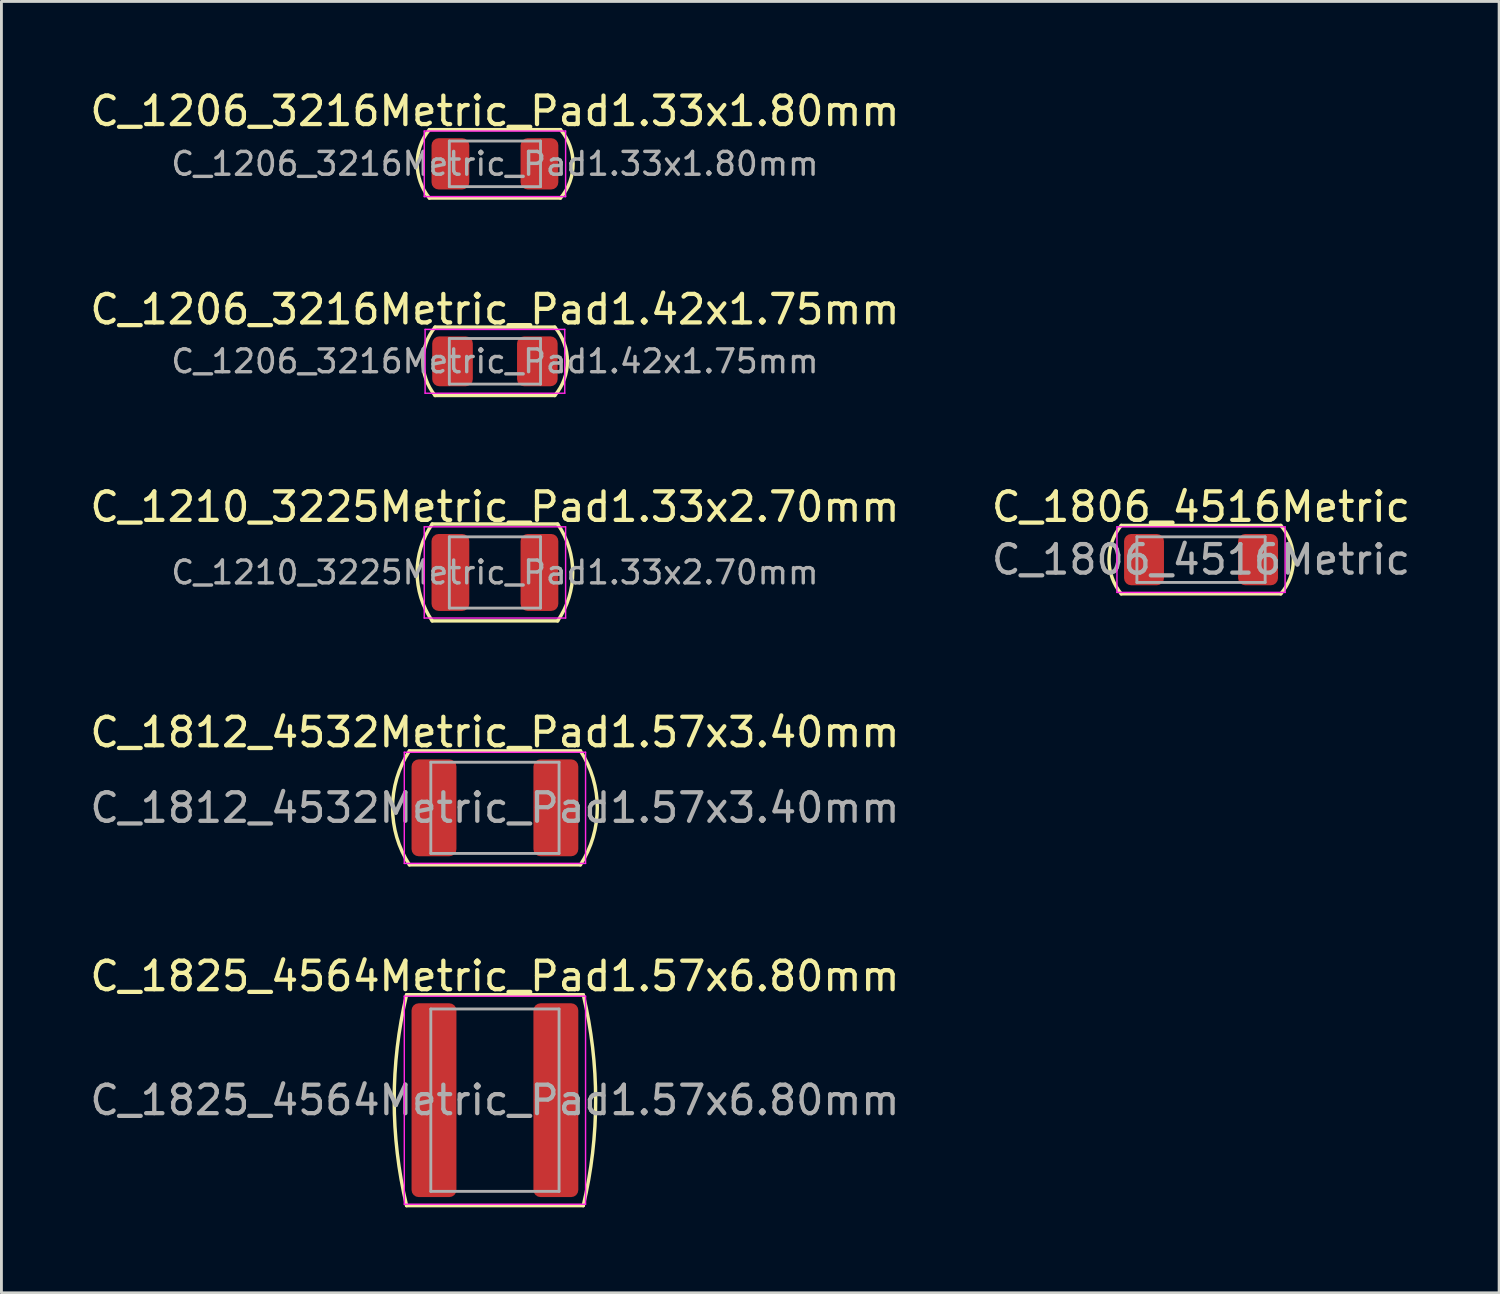
<source format=kicad_pcb>
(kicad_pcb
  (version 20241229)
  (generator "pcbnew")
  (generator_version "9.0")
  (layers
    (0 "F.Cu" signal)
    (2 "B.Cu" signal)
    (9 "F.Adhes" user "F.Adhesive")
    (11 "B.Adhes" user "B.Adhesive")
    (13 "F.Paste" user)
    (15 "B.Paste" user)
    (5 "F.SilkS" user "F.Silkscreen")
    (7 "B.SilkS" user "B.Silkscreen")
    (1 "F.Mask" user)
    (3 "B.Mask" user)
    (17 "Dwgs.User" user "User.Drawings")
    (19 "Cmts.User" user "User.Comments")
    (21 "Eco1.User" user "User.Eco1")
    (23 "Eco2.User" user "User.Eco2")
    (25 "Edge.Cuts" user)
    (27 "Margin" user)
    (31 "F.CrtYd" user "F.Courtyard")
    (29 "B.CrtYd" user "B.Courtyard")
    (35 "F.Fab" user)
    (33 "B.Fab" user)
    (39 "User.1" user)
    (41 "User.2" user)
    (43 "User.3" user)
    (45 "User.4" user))
  (footprint "C_1806_4516Metric"
    (layer "F.Cu")
    (at 39.089 16.585)
    (property "Reference" "C_1806_4516Metric" (at 0 -1.85 0) (layer "F.SilkS") (effects (font (size 1 1) (thickness 0.15))))
    (attr smd)
    (fp_line (start -2.8 1.2) (end 2.8 1.2) (stroke (width 0.12) (type solid)) (layer "F.SilkS"))
    (fp_line (start 2.8 -1.2) (end -2.8 -1.2) (stroke (width 0.12) (type solid)) (layer "F.SilkS"))
    (fp_arc (start -2.8 1.2) (mid -3.228355 0) (end -2.8 -1.2) (stroke (width 0.12) (type solid)) (layer "F.SilkS"))
    (fp_arc (start 2.8 -1.2) (mid 3.241073 0) (end 2.8 1.2) (stroke (width 0.12) (type solid)) (layer "F.SilkS"))
    (fp_line (start -2.95 -1.15) (end 2.95 -1.15) (stroke (width 0.05) (type solid)) (layer "F.CrtYd"))
    (fp_line (start -2.95 1.15) (end -2.95 -1.15) (stroke (width 0.05) (type solid)) (layer "F.CrtYd"))
    (fp_line (start 2.95 -1.15) (end 2.95 1.15) (stroke (width 0.05) (type solid)) (layer "F.CrtYd"))
    (fp_line (start 2.95 1.15) (end -2.95 1.15) (stroke (width 0.05) (type solid)) (layer "F.CrtYd"))
    (fp_line (start -2.25 -0.8) (end 2.25 -0.8) (stroke (width 0.1) (type solid)) (layer "F.Fab"))
    (fp_line (start -2.25 0.8) (end -2.25 -0.8) (stroke (width 0.1) (type solid)) (layer "F.Fab"))
    (fp_line (start 2.25 -0.8) (end 2.25 0.8) (stroke (width 0.1) (type solid)) (layer "F.Fab"))
    (fp_line (start 2.25 0.8) (end -2.25 0.8) (stroke (width 0.1) (type solid)) (layer "F.Fab"))
    (fp_text user "${REFERENCE}" (at 0 0 0) (layer "F.Fab") (effects (font (size 1 1) (thickness 0.15))))
    (pad "1" smd roundrect (at -2 0) (size 1.4 1.8) (layers "F.Cu" "F.Mask" "F.Paste") (roundrect_rratio 0.179))
    (pad "2" smd roundrect (at 2 0) (size 1.4 1.8) (layers "F.Cu" "F.Mask" "F.Paste") (roundrect_rratio 0.179)))
  (footprint "C_1210_3225Metric_Pad1.33x2.70mm"
    (layer "F.Cu")
    (at 14.315 17.035)
    (property "Reference" "C_1210_3225Metric_Pad1.33x2.70mm" (at 0 -2.3 0) (layer "F.SilkS") (effects (font (size 1 1) (thickness 0.15))))
    (attr smd)
    (fp_line (start -2.2 1.7) (end 2.2 1.7) (stroke (width 0.12) (type solid)) (layer "F.SilkS"))
    (fp_line (start 2.2 -1.7) (end -2.2 -1.7) (stroke (width 0.12) (type solid)) (layer "F.SilkS"))
    (fp_arc (start -2.2 1.7) (mid -2.729833 0) (end -2.2 -1.7) (stroke (width 0.12) (type solid)) (layer "F.SilkS"))
    (fp_arc (start 2.2 -1.7) (mid 2.729833 0) (end 2.2 1.7) (stroke (width 0.12) (type solid)) (layer "F.SilkS"))
    (fp_line (start -2.48 -1.6) (end 2.48 -1.6) (stroke (width 0.05) (type solid)) (layer "F.CrtYd"))
    (fp_line (start -2.48 1.6) (end -2.48 -1.6) (stroke (width 0.05) (type solid)) (layer "F.CrtYd"))
    (fp_line (start 2.48 -1.6) (end 2.48 1.6) (stroke (width 0.05) (type solid)) (layer "F.CrtYd"))
    (fp_line (start 2.48 1.6) (end -2.48 1.6) (stroke (width 0.05) (type solid)) (layer "F.CrtYd"))
    (fp_line (start -1.6 -1.25) (end 1.6 -1.25) (stroke (width 0.1) (type solid)) (layer "F.Fab"))
    (fp_line (start -1.6 1.25) (end -1.6 -1.25) (stroke (width 0.1) (type solid)) (layer "F.Fab"))
    (fp_line (start 1.6 -1.25) (end 1.6 1.25) (stroke (width 0.1) (type solid)) (layer "F.Fab"))
    (fp_line (start 1.6 1.25) (end -1.6 1.25) (stroke (width 0.1) (type solid)) (layer "F.Fab"))
    (fp_text user "${REFERENCE}" (at 0 0 0) (layer "F.Fab") (effects (font (size 0.8 0.8) (thickness 0.12))))
    (pad "1" smd roundrect (at -1.562 0) (size 1.325 2.7) (layers "F.Cu" "F.Mask" "F.Paste") (roundrect_rratio 0.189))
    (pad "2" smd roundrect (at 1.562 0) (size 1.325 2.7) (layers "F.Cu" "F.Mask" "F.Paste") (roundrect_rratio 0.189)))
  (footprint "C_1206_3216Metric_Pad1.42x1.75mm"
    (layer "F.Cu")
    (at 14.315 9.627)
    (property "Reference" "C_1206_3216Metric_Pad1.42x1.75mm" (at 0 -1.82 0) (layer "F.SilkS") (effects (font (size 1 1) (thickness 0.15))))
    (attr smd)
    (fp_line (start -2.1 1.2) (end 2.1 1.2) (stroke (width 0.12) (type solid)) (layer "F.SilkS"))
    (fp_line (start 2.1 -1.2) (end -2.1 -1.2) (stroke (width 0.12) (type solid)) (layer "F.SilkS"))
    (fp_arc (start -2.1 1.2) (mid -2.526625 0) (end -2.1 -1.2) (stroke (width 0.12) (type solid)) (layer "F.SilkS"))
    (fp_arc (start 2.1 -1.2) (mid 2.541962 0) (end 2.1 1.2) (stroke (width 0.12) (type solid)) (layer "F.SilkS"))
    (fp_line (start -2.45 -1.12) (end 2.45 -1.12) (stroke (width 0.05) (type solid)) (layer "F.CrtYd"))
    (fp_line (start -2.45 1.12) (end -2.45 -1.12) (stroke (width 0.05) (type solid)) (layer "F.CrtYd"))
    (fp_line (start 2.45 -1.12) (end 2.45 1.12) (stroke (width 0.05) (type solid)) (layer "F.CrtYd"))
    (fp_line (start 2.45 1.12) (end -2.45 1.12) (stroke (width 0.05) (type solid)) (layer "F.CrtYd"))
    (fp_line (start -1.6 -0.8) (end 1.6 -0.8) (stroke (width 0.1) (type solid)) (layer "F.Fab"))
    (fp_line (start -1.6 0.8) (end -1.6 -0.8) (stroke (width 0.1) (type solid)) (layer "F.Fab"))
    (fp_line (start 1.6 -0.8) (end 1.6 0.8) (stroke (width 0.1) (type solid)) (layer "F.Fab"))
    (fp_line (start 1.6 0.8) (end -1.6 0.8) (stroke (width 0.1) (type solid)) (layer "F.Fab"))
    (fp_text user "${REFERENCE}" (at 0 0 0) (layer "F.Fab") (effects (font (size 0.8 0.8) (thickness 0.12))))
    (pad "1" smd roundrect (at -1.488 0) (size 1.425 1.75) (layers "F.Cu" "F.Mask" "F.Paste") (roundrect_rratio 0.175))
    (pad "2" smd roundrect (at 1.488 0) (size 1.425 1.75) (layers "F.Cu" "F.Mask" "F.Paste") (roundrect_rratio 0.175)))
  (footprint "C_1206_3216Metric_Pad1.33x1.80mm"
    (layer "F.Cu")
    (at 14.315 2.698)
    (property "Reference" "C_1206_3216Metric_Pad1.33x1.80mm" (at 0 -1.85 0) (layer "F.SilkS") (effects (font (size 1 1) (thickness 0.15))))
    (attr smd)
    (fp_line (start -2.3 1.2) (end 2.3 1.2) (stroke (width 0.12) (type solid)) (layer "F.SilkS"))
    (fp_line (start 2.3 -1.2) (end -2.3 -1.2) (stroke (width 0.12) (type solid)) (layer "F.SilkS"))
    (fp_arc (start -2.3 1.2) (mid -2.726625 0) (end -2.3 -1.2) (stroke (width 0.12) (type solid)) (layer "F.SilkS"))
    (fp_arc (start 2.3 -1.2) (mid 2.741962 0) (end 2.3 1.2) (stroke (width 0.12) (type solid)) (layer "F.SilkS"))
    (fp_line (start -2.48 -1.15) (end 2.48 -1.15) (stroke (width 0.05) (type solid)) (layer "F.CrtYd"))
    (fp_line (start -2.48 1.15) (end -2.48 -1.15) (stroke (width 0.05) (type solid)) (layer "F.CrtYd"))
    (fp_line (start 2.48 -1.15) (end 2.48 1.15) (stroke (width 0.05) (type solid)) (layer "F.CrtYd"))
    (fp_line (start 2.48 1.15) (end -2.48 1.15) (stroke (width 0.05) (type solid)) (layer "F.CrtYd"))
    (fp_line (start -1.6 -0.8) (end 1.6 -0.8) (stroke (width 0.1) (type solid)) (layer "F.Fab"))
    (fp_line (start -1.6 0.8) (end -1.6 -0.8) (stroke (width 0.1) (type solid)) (layer "F.Fab"))
    (fp_line (start 1.6 -0.8) (end 1.6 0.8) (stroke (width 0.1) (type solid)) (layer "F.Fab"))
    (fp_line (start 1.6 0.8) (end -1.6 0.8) (stroke (width 0.1) (type solid)) (layer "F.Fab"))
    (fp_text user "${REFERENCE}" (at 0 0 0) (layer "F.Fab") (effects (font (size 0.8 0.8) (thickness 0.12))))
    (pad "1" smd roundrect (at -1.562 0) (size 1.325 1.8) (layers "F.Cu" "F.Mask" "F.Paste") (roundrect_rratio 0.189))
    (pad "2" smd roundrect (at 1.562 0) (size 1.325 1.8) (layers "F.Cu" "F.Mask" "F.Paste") (roundrect_rratio 0.189)))
  (footprint "C_1825_4564Metric_Pad1.57x6.80mm"
    (layer "F.Cu")
    (at 14.315 35.551)
    (property "Reference" "C_1825_4564Metric_Pad1.57x6.80mm" (at 0 -4.35 0) (layer "F.SilkS") (effects (font (size 1 1) (thickness 0.15))))
    (attr smd)
    (fp_line (start -3.1 3.7) (end 3.1 3.7) (stroke (width 0.12) (type solid)) (layer "F.SilkS"))
    (fp_line (start 3.1 -3.7) (end -3.1 -3.7) (stroke (width 0.12) (type solid)) (layer "F.SilkS"))
    (fp_arc (start -3.1 3.7) (mid -3.534477 0) (end -3.1 -3.7) (stroke (width 0.12) (type solid)) (layer "F.SilkS"))
    (fp_arc (start 3.1 -3.7) (mid 3.534477 0) (end 3.1 3.7) (stroke (width 0.12) (type solid)) (layer "F.SilkS"))
    (fp_line (start -3.18 -3.65) (end 3.18 -3.65) (stroke (width 0.05) (type solid)) (layer "F.CrtYd"))
    (fp_line (start -3.18 3.65) (end -3.18 -3.65) (stroke (width 0.05) (type solid)) (layer "F.CrtYd"))
    (fp_line (start 3.18 -3.65) (end 3.18 3.65) (stroke (width 0.05) (type solid)) (layer "F.CrtYd"))
    (fp_line (start 3.18 3.65) (end -3.18 3.65) (stroke (width 0.05) (type solid)) (layer "F.CrtYd"))
    (fp_line (start -2.25 -3.2) (end 2.25 -3.2) (stroke (width 0.1) (type solid)) (layer "F.Fab"))
    (fp_line (start -2.25 3.2) (end -2.25 -3.2) (stroke (width 0.1) (type solid)) (layer "F.Fab"))
    (fp_line (start 2.25 -3.2) (end 2.25 3.2) (stroke (width 0.1) (type solid)) (layer "F.Fab"))
    (fp_line (start 2.25 3.2) (end -2.25 3.2) (stroke (width 0.1) (type solid)) (layer "F.Fab"))
    (fp_text user "${REFERENCE}" (at 0 0 0) (layer "F.Fab") (effects (font (size 1 1) (thickness 0.15))))
    (pad "1" smd roundrect (at -2.138 0) (size 1.575 6.8) (layers "F.Cu" "F.Mask" "F.Paste") (roundrect_rratio 0.159))
    (pad "2" smd roundrect (at 2.138 0) (size 1.575 6.8) (layers "F.Cu" "F.Mask" "F.Paste") (roundrect_rratio 0.159)))
  (footprint "C_1812_4532Metric_Pad1.57x3.40mm"
    (layer "F.Cu")
    (at 14.315 25.293)
    (property "Reference" "C_1812_4532Metric_Pad1.57x3.40mm" (at 0 -2.65 0) (layer "F.SilkS") (effects (font (size 1 1) (thickness 0.15))))
    (attr smd)
    (fp_line (start -3 2) (end 3 2) (stroke (width 0.12) (type solid)) (layer "F.SilkS"))
    (fp_line (start 3 -2) (end -3 -2) (stroke (width 0.12) (type solid)) (layer "F.SilkS"))
    (fp_arc (start -3 2) (mid -3.591673 0) (end -3 -2) (stroke (width 0.12) (type solid)) (layer "F.SilkS"))
    (fp_arc (start 3 -2) (mid 3.591673 0) (end 3 2) (stroke (width 0.12) (type solid)) (layer "F.SilkS"))
    (fp_line (start -3.18 -1.95) (end 3.18 -1.95) (stroke (width 0.05) (type solid)) (layer "F.CrtYd"))
    (fp_line (start -3.18 1.95) (end -3.18 -1.95) (stroke (width 0.05) (type solid)) (layer "F.CrtYd"))
    (fp_line (start 3.18 -1.95) (end 3.18 1.95) (stroke (width 0.05) (type solid)) (layer "F.CrtYd"))
    (fp_line (start 3.18 1.95) (end -3.18 1.95) (stroke (width 0.05) (type solid)) (layer "F.CrtYd"))
    (fp_line (start -2.25 -1.6) (end 2.25 -1.6) (stroke (width 0.1) (type solid)) (layer "F.Fab"))
    (fp_line (start -2.25 1.6) (end -2.25 -1.6) (stroke (width 0.1) (type solid)) (layer "F.Fab"))
    (fp_line (start 2.25 -1.6) (end 2.25 1.6) (stroke (width 0.1) (type solid)) (layer "F.Fab"))
    (fp_line (start 2.25 1.6) (end -2.25 1.6) (stroke (width 0.1) (type solid)) (layer "F.Fab"))
    (fp_text user "${REFERENCE}" (at 0 0 0) (layer "F.Fab") (effects (font (size 1 1) (thickness 0.15))))
    (pad "1" smd roundrect (at -2.138 0) (size 1.575 3.4) (layers "F.Cu" "F.Mask" "F.Paste") (roundrect_rratio 0.159))
    (pad "2" smd roundrect (at 2.138 0) (size 1.575 3.4) (layers "F.Cu" "F.Mask" "F.Paste") (roundrect_rratio 0.159)))
  (gr_rect
    (start -3 -3)
    (end 49.548 42.311)
    (stroke (width 0.1) (type default))
    (fill no)
    (layer "Edge.Cuts")))
</source>
